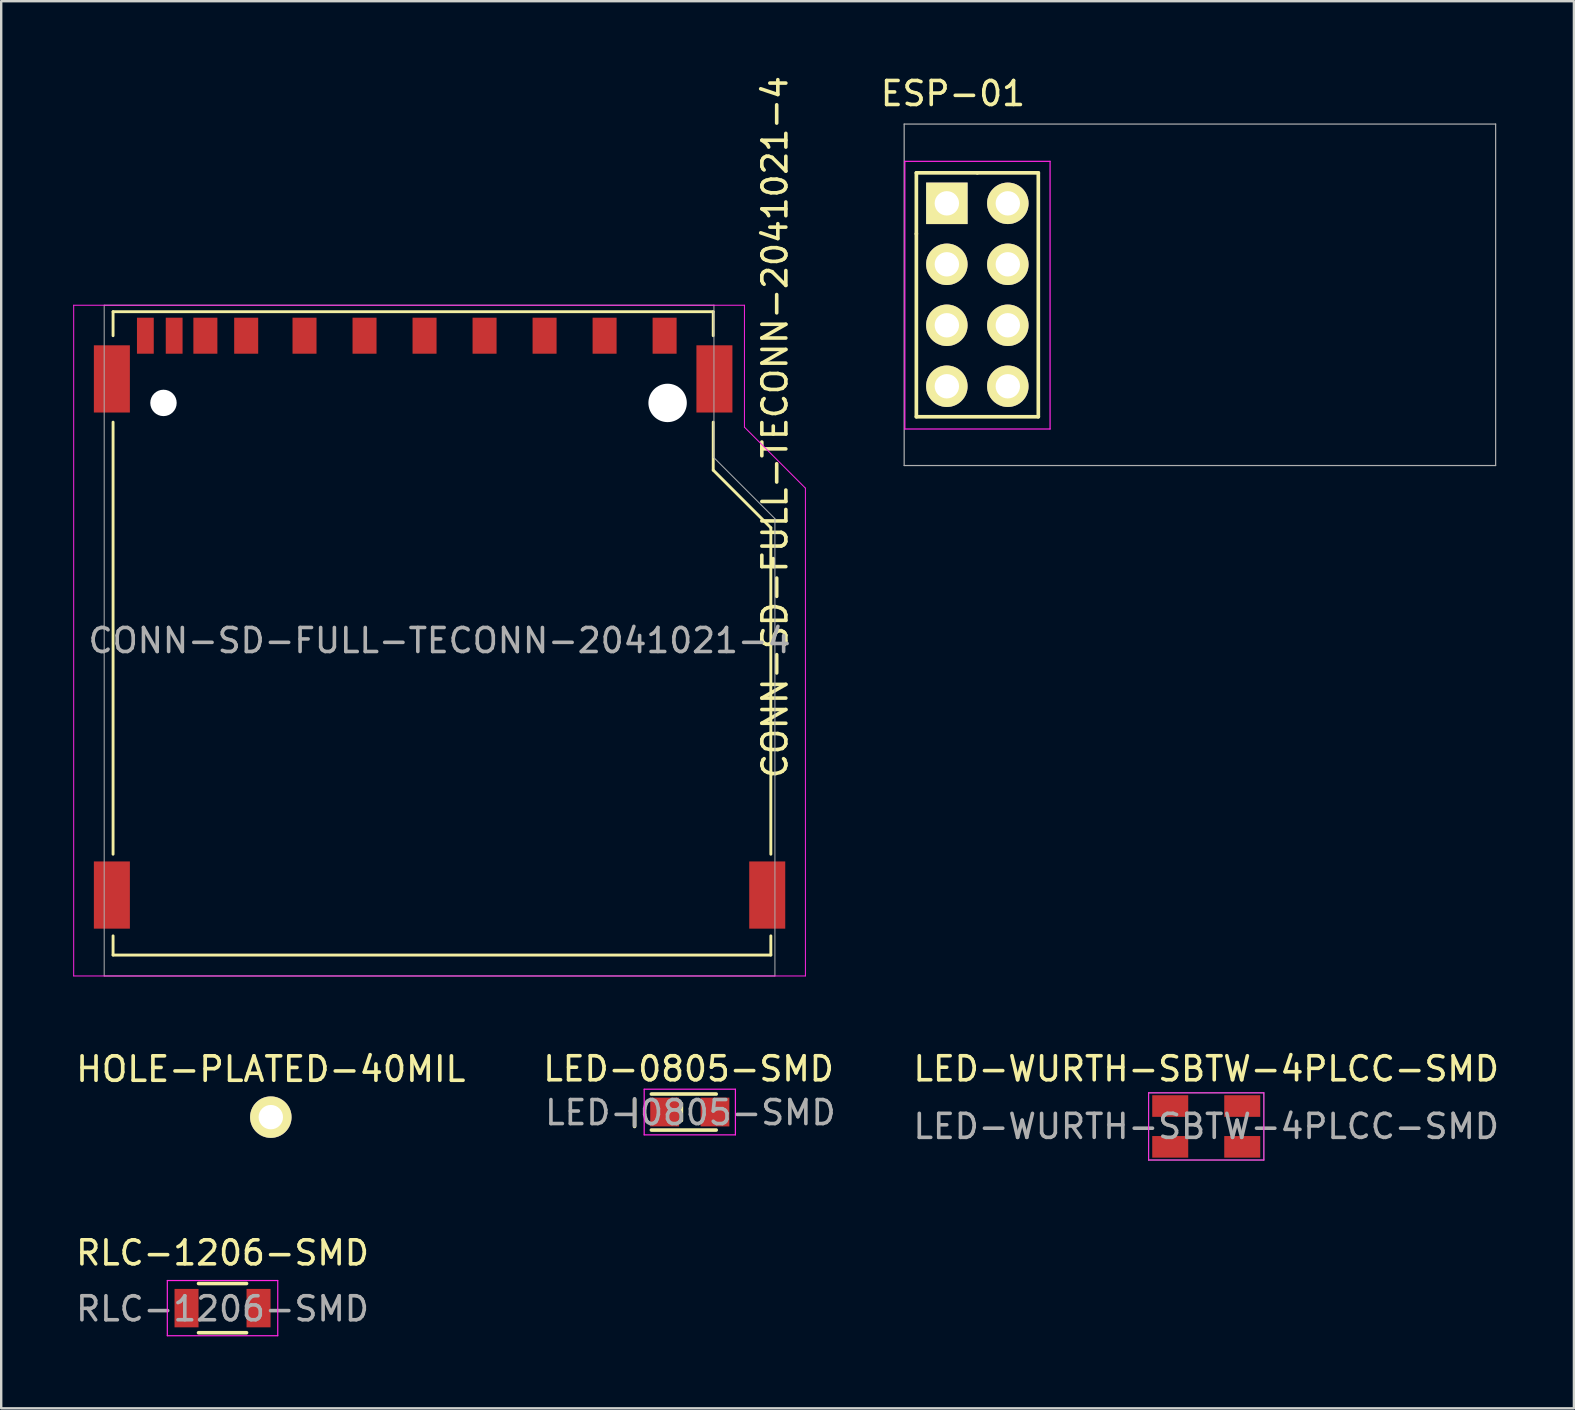
<source format=kicad_pcb>
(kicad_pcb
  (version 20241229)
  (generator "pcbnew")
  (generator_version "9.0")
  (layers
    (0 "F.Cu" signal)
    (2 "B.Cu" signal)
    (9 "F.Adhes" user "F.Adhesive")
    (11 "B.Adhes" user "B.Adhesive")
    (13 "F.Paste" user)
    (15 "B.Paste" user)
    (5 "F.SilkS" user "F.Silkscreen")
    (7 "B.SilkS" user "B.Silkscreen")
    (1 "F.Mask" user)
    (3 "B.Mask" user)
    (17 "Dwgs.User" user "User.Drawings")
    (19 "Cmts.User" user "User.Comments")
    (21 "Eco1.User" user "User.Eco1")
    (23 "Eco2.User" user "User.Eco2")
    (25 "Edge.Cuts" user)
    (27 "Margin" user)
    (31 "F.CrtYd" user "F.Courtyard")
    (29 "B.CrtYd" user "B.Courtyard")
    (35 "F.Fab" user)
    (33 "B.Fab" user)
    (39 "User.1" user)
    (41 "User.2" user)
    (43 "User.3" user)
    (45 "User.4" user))
  (footprint "CONN-SD-FULL-TECONN-2041021-4"
    (layer "F.Cu")
    (at 15.26 10.934)
    (property "Reference" "CONN-SD-FULL-TECONN-2041021-4" (at 0 12.7 0) (layer "F.Fab") (effects (font (size 1 1) (thickness 0.15))))
    (attr through_hole)
    (fp_line (start -13.6 -1) (end 11.4 -1) (stroke (width 0.12) (type solid)) (layer "F.SilkS"))
    (fp_line (start -13.6 0) (end -13.6 -1) (stroke (width 0.12) (type solid)) (layer "F.SilkS"))
    (fp_line (start -13.6 3.6) (end -13.6 21.6) (stroke (width 0.12) (type solid)) (layer "F.SilkS"))
    (fp_line (start -13.6 25) (end -13.6 25.8) (stroke (width 0.12) (type solid)) (layer "F.SilkS"))
    (fp_line (start -13.6 25.8) (end 13.8 25.8) (stroke (width 0.12) (type solid)) (layer "F.SilkS"))
    (fp_line (start 11.4 -1) (end 11.4 0) (stroke (width 0.12) (type solid)) (layer "F.SilkS"))
    (fp_line (start 11.4 3.6) (end 11.4 5.6) (stroke (width 0.12) (type solid)) (layer "F.SilkS"))
    (fp_line (start 11.4 5.6) (end 13.8 8) (stroke (width 0.12) (type solid)) (layer "F.SilkS"))
    (fp_line (start 13.8 8) (end 13.8 21.6) (stroke (width 0.12) (type solid)) (layer "F.SilkS"))
    (fp_line (start 13.8 25.8) (end 13.8 25) (stroke (width 0.12) (type solid)) (layer "F.SilkS"))
    (fp_line (start -10.8 3.8) (end -10.8 13) (stroke (width 0.12) (type solid)) (layer "Eco1.User"))
    (fp_line (start -10.8 13) (end 10.4 13) (stroke (width 0.12) (type solid)) (layer "Eco1.User"))
    (fp_line (start 10.4 3.8) (end -10.8 3.8) (stroke (width 0.12) (type solid)) (layer "Eco1.User"))
    (fp_line (start 10.4 13) (end 10.4 3.8) (stroke (width 0.12) (type solid)) (layer "Eco1.User"))
    (fp_line (start -15.24 -1.27) (end -15.24 26.67) (stroke (width 0.041) (type solid)) (layer "F.CrtYd"))
    (fp_line (start -15.24 26.67) (end 15.24 26.67) (stroke (width 0.041) (type solid)) (layer "F.CrtYd"))
    (fp_line (start 11.43 -1.27) (end -15.24 -1.27) (stroke (width 0.041) (type solid)) (layer "F.CrtYd"))
    (fp_line (start 12.7 -1.27) (end 11.43 -1.27) (stroke (width 0.041) (type solid)) (layer "F.CrtYd"))
    (fp_line (start 12.7 3.81) (end 12.7 -1.27) (stroke (width 0.041) (type solid)) (layer "F.CrtYd"))
    (fp_line (start 15.24 6.35) (end 12.7 3.81) (stroke (width 0.041) (type solid)) (layer "F.CrtYd"))
    (fp_line (start 15.24 26.67) (end 15.24 6.35) (stroke (width 0.041) (type solid)) (layer "F.CrtYd"))
    (fp_line (start -13.97 -1.27) (end 11.43 -1.27) (stroke (width 0.041) (type solid)) (layer "F.Fab"))
    (fp_line (start -13.97 26.67) (end -13.97 -1.27) (stroke (width 0.041) (type solid)) (layer "F.Fab"))
    (fp_line (start 11.43 -1.27) (end 11.43 5.08) (stroke (width 0.041) (type solid)) (layer "F.Fab"))
    (fp_line (start 11.43 5.08) (end 13.97 7.62) (stroke (width 0.041) (type solid)) (layer "F.Fab"))
    (fp_line (start 13.97 7.62) (end 13.97 26.67) (stroke (width 0.041) (type solid)) (layer "F.Fab"))
    (fp_line (start 13.97 26.67) (end -13.97 26.67) (stroke (width 0.041) (type solid)) (layer "F.Fab"))
    (fp_text user "${REFERENCE}" (at 13.97 3.81 90) (layer "F.SilkS") (effects (font (size 1 1) (thickness 0.15))))
    (pad "" np_thru_hole circle (at -11.5 2.8) (size 1.1 1.1) (drill 1.1) (layers "*.Cu" "*.Mask"))
    (pad "" np_thru_hole circle (at 9.5 2.8) (size 1.6 1.6) (drill 1.6) (layers "*.Cu" "*.Mask"))
    (pad "1" smd rect (at 6.875 0) (size 1 1.5) (layers "F.Cu" "F.Mask" "F.Paste"))
    (pad "2" smd rect (at 4.375 0) (size 1 1.5) (layers "F.Cu" "F.Mask" "F.Paste"))
    (pad "3" smd rect (at 1.875 0) (size 1 1.5) (layers "F.Cu" "F.Mask" "F.Paste"))
    (pad "4" smd rect (at -0.625 0) (size 1 1.5) (layers "F.Cu" "F.Mask" "F.Paste"))
    (pad "5" smd rect (at -3.125 0) (size 1 1.5) (layers "F.Cu" "F.Mask" "F.Paste"))
    (pad "6" smd rect (at -5.625 0) (size 1 1.5) (layers "F.Cu" "F.Mask" "F.Paste"))
    (pad "7" smd rect (at -8.055 0) (size 1 1.5) (layers "F.Cu" "F.Mask" "F.Paste"))
    (pad "8" smd rect (at -9.755 0) (size 1 1.5) (layers "F.Cu" "F.Mask" "F.Paste"))
    (pad "9" smd rect (at 9.375 0) (size 1 1.5) (layers "F.Cu" "F.Mask" "F.Paste"))
    (pad "10" smd rect (at -11.055 0) (size 0.7 1.5) (layers "F.Cu" "F.Mask" "F.Paste"))
    (pad "11" smd rect (at -12.255 0) (size 0.7 1.5) (layers "F.Cu" "F.Mask" "F.Paste"))
    (pad "12" smd rect (at 11.45 1.8) (size 1.5 2.8) (layers "F.Cu" "F.Mask" "F.Paste"))
    (pad "13" smd rect (at 13.65 23.3) (size 1.5 2.8) (layers "F.Cu" "F.Mask" "F.Paste"))
    (pad "14" smd rect (at -13.65 23.3) (size 1.5 2.8) (layers "F.Cu" "F.Mask" "F.Paste"))
    (pad "15" smd rect (at -13.65 1.8) (size 1.5 2.8) (layers "F.Cu" "F.Mask" "F.Paste")))
  (footprint "LED-WURTH-SBTW-4PLCC-SMD"
    (layer "F.Cu")
    (at 47.197 43.873)
    (property "Reference" "LED-WURTH-SBTW-4PLCC-SMD" (at 0 0 0) (layer "F.Fab") (effects (font (size 1 1) (thickness 0.15))))
    (attr through_hole)
    (fp_line (start -2.4 -1.4) (end -2.4 1.4) (stroke (width 0.041) (type solid)) (layer "F.CrtYd"))
    (fp_line (start 2.4 -1.4) (end -2.4 -1.4) (stroke (width 0.041) (type solid)) (layer "F.CrtYd"))
    (fp_line (start 2.4 -1.4) (end 2.4 1.4) (stroke (width 0.041) (type solid)) (layer "F.CrtYd"))
    (fp_line (start 2.4 1.4) (end -2.4 1.4) (stroke (width 0.041) (type solid)) (layer "F.CrtYd"))
    (fp_line (start -2.4 -1.4) (end -2.4 1.4) (stroke (width 0.041) (type solid)) (layer "F.Fab"))
    (fp_line (start 2.4 -1.4) (end -2.4 -1.4) (stroke (width 0.041) (type solid)) (layer "F.Fab"))
    (fp_line (start 2.4 -1.4) (end 2.4 1.4) (stroke (width 0.041) (type solid)) (layer "F.Fab"))
    (fp_line (start 2.4 1.4) (end -2.4 1.4) (stroke (width 0.041) (type solid)) (layer "F.Fab"))
    (fp_text user "${REFERENCE}" (at 0 -2.4 0) (layer "F.SilkS") (effects (font (size 1 1) (thickness 0.15))))
    (pad "1" smd rect (at 1.5 -0.85) (size 1.5 0.9) (layers "F.Cu" "F.Mask" "F.Paste"))
    (pad "2" smd rect (at 1.5 0.85) (size 1.5 0.9) (layers "F.Cu" "F.Mask" "F.Paste"))
    (pad "3" smd rect (at -1.5 -0.85) (size 1.5 0.9) (layers "F.Cu" "F.Mask" "F.Paste"))
    (pad "4" smd rect (at -1.5 0.85) (size 1.5 0.9) (layers "F.Cu" "F.Mask" "F.Paste")))
  (footprint "RLC-1206-SMD"
    (layer "F.Cu")
    (at 6.22 51.441)
    (property "Reference" "RLC-1206-SMD" (at 0 -2.3 0) (layer "F.SilkS") (effects (font (size 1 1) (thickness 0.15))))
    (attr smd)
    (fp_line (start -1 1.025) (end 1 1.025) (stroke (width 0.15) (type solid)) (layer "F.SilkS"))
    (fp_line (start 1 -1.025) (end -1 -1.025) (stroke (width 0.15) (type solid)) (layer "F.SilkS"))
    (fp_line (start -2.3 -1.15) (end -2.3 1.15) (stroke (width 0.05) (type solid)) (layer "F.CrtYd"))
    (fp_line (start -2.3 -1.15) (end 2.3 -1.15) (stroke (width 0.05) (type solid)) (layer "F.CrtYd"))
    (fp_line (start -2.3 1.15) (end 2.3 1.15) (stroke (width 0.05) (type solid)) (layer "F.CrtYd"))
    (fp_line (start 2.3 -1.15) (end 2.3 1.15) (stroke (width 0.05) (type solid)) (layer "F.CrtYd"))
    (fp_text user "${REFERENCE}" (at 0 0.03 0) (layer "F.Fab") (effects (font (size 1 1) (thickness 0.15))))
    (pad "1" smd rect (at -1.5 0) (size 1 1.6) (layers "F.Cu" "F.Mask" "F.Paste"))
    (pad "2" smd rect (at 1.5 0) (size 1 1.6) (layers "F.Cu" "F.Mask" "F.Paste")))
  (footprint "ESP-01"
    (layer "F.Cu")
    (at 36.392 5.42)
    (property "Reference" "ESP-01" (at 0.254 -4.572 0) (layer "F.SilkS") (effects (font (size 1 1) (thickness 0.15))))
    (attr through_hole)
    (fp_line (start -1.27 -1.27) (end -1.27 1.27) (stroke (width 0.152) (type solid)) (layer "F.SilkS"))
    (fp_line (start -1.27 1.27) (end -1.27 8.89) (stroke (width 0.152) (type solid)) (layer "F.SilkS"))
    (fp_line (start -1.27 8.89) (end 3.81 8.89) (stroke (width 0.152) (type solid)) (layer "F.SilkS"))
    (fp_line (start 1.27 -1.27) (end -1.27 -1.27) (stroke (width 0.152) (type solid)) (layer "F.SilkS"))
    (fp_line (start 3.81 -1.27) (end 1.27 -1.27) (stroke (width 0.152) (type solid)) (layer "F.SilkS"))
    (fp_line (start 3.81 8.89) (end 3.81 -1.27) (stroke (width 0.152) (type solid)) (layer "F.SilkS"))
    (fp_line (start -1.75 -1.75) (end -1.75 9.4) (stroke (width 0.05) (type solid)) (layer "F.CrtYd"))
    (fp_line (start -1.75 -1.75) (end 4.3 -1.75) (stroke (width 0.05) (type solid)) (layer "F.CrtYd"))
    (fp_line (start -1.75 9.4) (end 4.3 9.4) (stroke (width 0.05) (type solid)) (layer "F.CrtYd"))
    (fp_line (start 4.3 -1.75) (end 4.3 9.4) (stroke (width 0.05) (type solid)) (layer "F.CrtYd"))
    (fp_line (start -1.778 -3.302) (end 22.86 -3.302) (stroke (width 0.05) (type solid)) (layer "F.Fab"))
    (fp_line (start -1.778 10.922) (end -1.778 -3.302) (stroke (width 0.05) (type solid)) (layer "F.Fab"))
    (fp_line (start 22.86 -3.302) (end 22.86 10.922) (stroke (width 0.05) (type solid)) (layer "F.Fab"))
    (fp_line (start 22.86 10.922) (end -1.778 10.922) (stroke (width 0.05) (type solid)) (layer "F.Fab"))
    (pad "1" thru_hole rect (at 0 0) (size 1.727 1.727) (drill 1.016) (layers "*.Cu" "*.Mask" "F.SilkS"))
    (pad "2" thru_hole oval (at 2.54 0) (size 1.727 1.727) (drill 1.016) (layers "*.Cu" "*.Mask" "F.SilkS"))
    (pad "3" thru_hole oval (at 0 2.54) (size 1.727 1.727) (drill 1.016) (layers "*.Cu" "*.Mask" "F.SilkS"))
    (pad "4" thru_hole oval (at 2.54 2.54) (size 1.727 1.727) (drill 1.016) (layers "*.Cu" "*.Mask" "F.SilkS"))
    (pad "5" thru_hole oval (at 0 5.08) (size 1.727 1.727) (drill 1.016) (layers "*.Cu" "*.Mask" "F.SilkS"))
    (pad "6" thru_hole oval (at 2.54 5.08) (size 1.727 1.727) (drill 1.016) (layers "*.Cu" "*.Mask" "F.SilkS"))
    (pad "7" thru_hole oval (at 0 7.62) (size 1.727 1.727) (drill 1.016) (layers "*.Cu" "*.Mask" "F.SilkS"))
    (pad "8" thru_hole oval (at 2.54 7.62) (size 1.727 1.727) (drill 1.016) (layers "*.Cu" "*.Mask" "F.SilkS")))
  (footprint "LED-0805-SMD"
    (layer "F.Cu")
    (at 25.684 43.273)
    (property "Reference" "LED-0805-SMD" (at 0.025 0.025 0) (layer "F.Fab") (effects (font (size 1 1) (thickness 0.15))))
    (attr smd)
    (fp_line (start -2.3 -0.525) (end -2.3 0.6) (stroke (width 0.152) (type solid)) (layer "F.SilkS"))
    (fp_line (start -1.6 -0.75) (end 1.1 -0.75) (stroke (width 0.15) (type solid)) (layer "F.SilkS"))
    (fp_line (start -1.6 0.75) (end 1.1 0.75) (stroke (width 0.15) (type solid)) (layer "F.SilkS"))
    (fp_line (start -0.35 -0.35) (end -0.35 0.35) (stroke (width 0.15) (type solid)) (layer "F.SilkS"))
    (fp_line (start -1.9 -0.95) (end 1.9 -0.95) (stroke (width 0.05) (type solid)) (layer "F.CrtYd"))
    (fp_line (start -1.9 0.95) (end -1.9 -0.95) (stroke (width 0.05) (type solid)) (layer "F.CrtYd"))
    (fp_line (start 1.9 -0.95) (end 1.9 0.95) (stroke (width 0.05) (type solid)) (layer "F.CrtYd"))
    (fp_line (start 1.9 0.95) (end -1.9 0.95) (stroke (width 0.05) (type solid)) (layer "F.CrtYd"))
    (fp_line (start -2.3 -0.55) (end -2.3 0.575) (stroke (width 0.152) (type solid)) (layer "F.Fab"))
    (fp_text user "${REFERENCE}" (at -0.05 -1.8 0) (layer "F.SilkS") (effects (font (size 1 1) (thickness 0.15))))
    (pad "1" smd rect (at -1.049 0 180) (size 1.199 1.199) (layers "F.Cu" "F.Mask" "F.Paste"))
    (pad "2" smd rect (at 1.049 0 180) (size 1.199 1.199) (layers "F.Cu" "F.Mask" "F.Paste")))
  (footprint "HOLE-PLATED-40MIL"
    (layer "F.Cu")
    (at 8.231 43.486)
    (property "Reference" "HOLE-PLATED-40MIL" (at 0 -2 0) (layer "F.SilkS") (effects (font (size 1.016 1.016) (thickness 0.152))))
    (attr through_hole)
    (pad "1" thru_hole circle (at 0 0) (size 1.727 1.727) (drill 1.016) (layers "*.Cu" "*.Mask" "F.SilkS")))
  (gr_rect
    (start -3 -3)
    (end 62.513 55.616)
    (stroke (width 0.1) (type default))
    (fill no)
    (layer "Edge.Cuts")))
</source>
